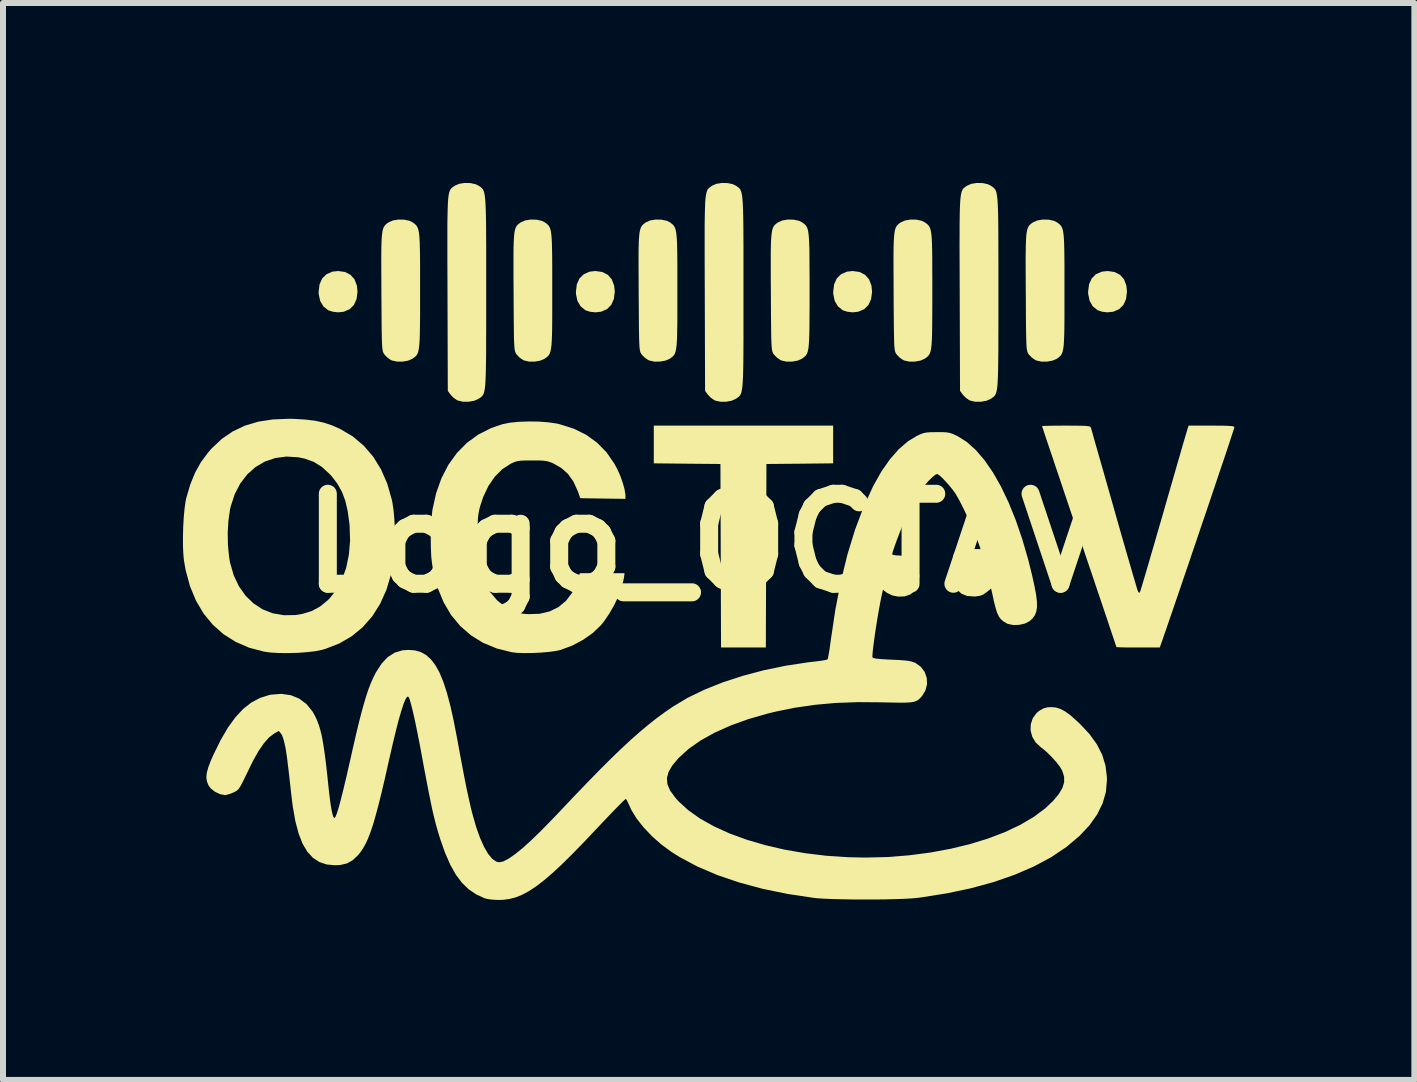
<source format=kicad_pcb>
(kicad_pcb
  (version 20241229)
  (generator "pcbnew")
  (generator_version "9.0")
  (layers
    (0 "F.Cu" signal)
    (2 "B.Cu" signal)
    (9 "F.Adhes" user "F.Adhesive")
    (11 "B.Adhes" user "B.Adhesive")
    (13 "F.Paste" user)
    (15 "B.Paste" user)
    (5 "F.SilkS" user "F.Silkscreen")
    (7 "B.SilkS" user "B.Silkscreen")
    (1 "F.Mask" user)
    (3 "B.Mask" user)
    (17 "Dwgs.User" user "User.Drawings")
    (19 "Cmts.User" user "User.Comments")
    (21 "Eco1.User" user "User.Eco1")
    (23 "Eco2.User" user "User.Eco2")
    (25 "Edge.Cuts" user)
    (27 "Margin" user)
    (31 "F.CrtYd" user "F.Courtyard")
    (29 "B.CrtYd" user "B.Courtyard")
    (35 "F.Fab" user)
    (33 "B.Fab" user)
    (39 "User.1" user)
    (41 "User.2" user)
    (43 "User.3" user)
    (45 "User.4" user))
  (footprint "Logo_OCTAV"
    (layer "F.Cu")
    (at 8.665 6.003)
    (property "Reference" "Logo_OCTAV" (at 0 0 0) (layer "F.SilkS") (effects (font (size 1.5 1.5) (thickness 0.3))))
    (attr board_only exclude_from_pos_files exclude_from_bom)
    (fp_poly (pts (xy 2.174 -1.643) (xy 2.174 -1.329) (xy 1.618 -1.323) (xy 1.062 -1.318) (xy 1.057 0.212) (xy 1.052 1.741) (xy 0.679 1.741) (xy 0.305 1.741) (xy 0.3 0.212) (xy 0.295 -1.318) (xy -0.261 -1.323) (xy -0.816 -1.329) (xy -0.816 -1.643) (xy -0.816 -1.958) (xy 0.679 -1.958) (xy 2.174 -1.958)) (stroke (width 0) (type solid)) (fill yes) (layer "F.SilkS"))
    (fp_poly (pts (xy -5.964 -4.519) (xy -5.872 -4.472) (xy -5.805 -4.396) (xy -5.766 -4.293) (xy -5.755 -4.191) (xy -5.771 -4.068) (xy -5.815 -3.97) (xy -5.886 -3.899) (xy -5.983 -3.857) (xy -6.079 -3.846) (xy -6.166 -3.856) (xy -6.242 -3.88) (xy -6.247 -3.883) (xy -6.325 -3.946) (xy -6.378 -4.037) (xy -6.402 -4.151) (xy -6.403 -4.191) (xy -6.388 -4.313) (xy -6.344 -4.411) (xy -6.272 -4.482) (xy -6.176 -4.524) (xy -6.079 -4.535)) (stroke (width 0) (type solid)) (fill yes) (layer "F.SilkS"))
    (fp_poly (pts (xy -1.675 -4.519) (xy -1.583 -4.472) (xy -1.516 -4.396) (xy -1.477 -4.293) (xy -1.466 -4.191) (xy -1.482 -4.068) (xy -1.526 -3.97) (xy -1.597 -3.899) (xy -1.694 -3.857) (xy -1.79 -3.846) (xy -1.877 -3.856) (xy -1.953 -3.88) (xy -1.958 -3.883) (xy -2.036 -3.946) (xy -2.089 -4.037) (xy -2.113 -4.151) (xy -2.114 -4.191) (xy -2.099 -4.313) (xy -2.055 -4.411) (xy -1.983 -4.482) (xy -1.887 -4.524) (xy -1.79 -4.535)) (stroke (width 0) (type solid)) (fill yes) (layer "F.SilkS"))
    (fp_poly (pts (xy 2.614 -4.519) (xy 2.706 -4.472) (xy 2.773 -4.396) (xy 2.812 -4.293) (xy 2.823 -4.191) (xy 2.807 -4.068) (xy 2.763 -3.97) (xy 2.692 -3.899) (xy 2.595 -3.857) (xy 2.499 -3.846) (xy 2.412 -3.856) (xy 2.336 -3.88) (xy 2.331 -3.883) (xy 2.253 -3.946) (xy 2.2 -4.037) (xy 2.176 -4.151) (xy 2.175 -4.191) (xy 2.19 -4.313) (xy 2.234 -4.411) (xy 2.306 -4.482) (xy 2.402 -4.524) (xy 2.499 -4.535)) (stroke (width 0) (type solid)) (fill yes) (layer "F.SilkS"))
    (fp_poly (pts (xy 6.864 -4.519) (xy 6.956 -4.472) (xy 7.023 -4.396) (xy 7.062 -4.293) (xy 7.072 -4.191) (xy 7.057 -4.068) (xy 7.013 -3.97) (xy 6.941 -3.899) (xy 6.845 -3.857) (xy 6.748 -3.846) (xy 6.662 -3.856) (xy 6.586 -3.88) (xy 6.581 -3.883) (xy 6.502 -3.946) (xy 6.45 -4.037) (xy 6.426 -4.151) (xy 6.424 -4.191) (xy 6.44 -4.313) (xy 6.484 -4.411) (xy 6.555 -4.482) (xy 6.652 -4.524) (xy 6.748 -4.535)) (stroke (width 0) (type solid)) (fill yes) (layer "F.SilkS"))
    (fp_poly (pts (xy -4.976 -5.391) (xy -4.888 -5.372) (xy -4.837 -5.347) (xy -4.81 -5.327) (xy -4.787 -5.308) (xy -4.768 -5.285) (xy -4.752 -5.256) (xy -4.74 -5.218) (xy -4.73 -5.166) (xy -4.723 -5.098) (xy -4.718 -5.01) (xy -4.715 -4.899) (xy -4.713 -4.762) (xy -4.712 -4.594) (xy -4.712 -4.393) (xy -4.712 -4.21) (xy -4.712 -3.981) (xy -4.712 -3.788) (xy -4.714 -3.627) (xy -4.716 -3.495) (xy -4.719 -3.389) (xy -4.725 -3.306) (xy -4.732 -3.242) (xy -4.742 -3.194) (xy -4.755 -3.157) (xy -4.771 -3.13) (xy -4.791 -3.109) (xy -4.815 -3.09) (xy -4.837 -3.074) (xy -4.909 -3.042) (xy -5.002 -3.025) (xy -5.098 -3.025) (xy -5.182 -3.044) (xy -5.2 -3.052) (xy -5.257 -3.092) (xy -5.306 -3.143) (xy -5.308 -3.146) (xy -5.318 -3.16) (xy -5.326 -3.176) (xy -5.333 -3.196) (xy -5.338 -3.224) (xy -5.343 -3.263) (xy -5.346 -3.317) (xy -5.349 -3.39) (xy -5.351 -3.484) (xy -5.353 -3.603) (xy -5.354 -3.751) (xy -5.355 -3.93) (xy -5.357 -4.145) (xy -5.357 -4.187) (xy -5.358 -4.419) (xy -5.359 -4.615) (xy -5.359 -4.778) (xy -5.358 -4.912) (xy -5.355 -5.02) (xy -5.35 -5.105) (xy -5.343 -5.171) (xy -5.334 -5.221) (xy -5.321 -5.259) (xy -5.305 -5.287) (xy -5.286 -5.309) (xy -5.263 -5.328) (xy -5.236 -5.347) (xy -5.165 -5.378) (xy -5.073 -5.393)) (stroke (width 0) (type solid)) (fill yes) (layer "F.SilkS"))
    (fp_poly (pts (xy -2.772 -5.391) (xy -2.684 -5.372) (xy -2.634 -5.347) (xy -2.606 -5.327) (xy -2.583 -5.308) (xy -2.564 -5.285) (xy -2.549 -5.256) (xy -2.536 -5.218) (xy -2.527 -5.166) (xy -2.52 -5.098) (xy -2.515 -5.01) (xy -2.512 -4.899) (xy -2.51 -4.762) (xy -2.509 -4.594) (xy -2.509 -4.393) (xy -2.509 -4.21) (xy -2.509 -3.981) (xy -2.509 -3.788) (xy -2.51 -3.627) (xy -2.512 -3.495) (xy -2.516 -3.389) (xy -2.521 -3.306) (xy -2.529 -3.242) (xy -2.539 -3.194) (xy -2.552 -3.157) (xy -2.568 -3.13) (xy -2.588 -3.109) (xy -2.612 -3.09) (xy -2.633 -3.074) (xy -2.705 -3.042) (xy -2.798 -3.025) (xy -2.894 -3.025) (xy -2.978 -3.044) (xy -2.996 -3.052) (xy -3.053 -3.092) (xy -3.102 -3.143) (xy -3.104 -3.146) (xy -3.114 -3.16) (xy -3.122 -3.176) (xy -3.129 -3.196) (xy -3.135 -3.224) (xy -3.139 -3.263) (xy -3.143 -3.317) (xy -3.146 -3.39) (xy -3.148 -3.484) (xy -3.149 -3.603) (xy -3.151 -3.751) (xy -3.152 -3.93) (xy -3.153 -4.145) (xy -3.153 -4.187) (xy -3.155 -4.419) (xy -3.155 -4.615) (xy -3.155 -4.778) (xy -3.154 -4.912) (xy -3.151 -5.02) (xy -3.146 -5.105) (xy -3.14 -5.171) (xy -3.13 -5.221) (xy -3.117 -5.259) (xy -3.102 -5.287) (xy -3.082 -5.309) (xy -3.059 -5.328) (xy -3.032 -5.347) (xy -2.961 -5.378) (xy -2.869 -5.393)) (stroke (width 0) (type solid)) (fill yes) (layer "F.SilkS"))
    (fp_poly (pts (xy -0.686 -5.391) (xy -0.599 -5.372) (xy -0.548 -5.347) (xy -0.521 -5.327) (xy -0.498 -5.308) (xy -0.479 -5.285) (xy -0.463 -5.256) (xy -0.451 -5.218) (xy -0.441 -5.166) (xy -0.434 -5.098) (xy -0.429 -5.01) (xy -0.426 -4.899) (xy -0.424 -4.762) (xy -0.423 -4.594) (xy -0.423 -4.393) (xy -0.423 -4.21) (xy -0.423 -3.981) (xy -0.423 -3.788) (xy -0.424 -3.627) (xy -0.427 -3.495) (xy -0.43 -3.389) (xy -0.435 -3.306) (xy -0.443 -3.242) (xy -0.453 -3.194) (xy -0.466 -3.157) (xy -0.482 -3.13) (xy -0.502 -3.109) (xy -0.526 -3.09) (xy -0.548 -3.074) (xy -0.62 -3.042) (xy -0.712 -3.025) (xy -0.809 -3.025) (xy -0.893 -3.044) (xy -0.911 -3.052) (xy -0.968 -3.092) (xy -1.017 -3.143) (xy -1.019 -3.146) (xy -1.029 -3.16) (xy -1.037 -3.176) (xy -1.044 -3.196) (xy -1.049 -3.224) (xy -1.054 -3.263) (xy -1.057 -3.317) (xy -1.06 -3.39) (xy -1.062 -3.484) (xy -1.064 -3.603) (xy -1.065 -3.751) (xy -1.066 -3.93) (xy -1.068 -4.145) (xy -1.068 -4.187) (xy -1.069 -4.419) (xy -1.07 -4.615) (xy -1.07 -4.778) (xy -1.069 -4.912) (xy -1.066 -5.02) (xy -1.061 -5.105) (xy -1.054 -5.171) (xy -1.044 -5.221) (xy -1.032 -5.259) (xy -1.016 -5.287) (xy -0.997 -5.309) (xy -0.973 -5.328) (xy -0.947 -5.347) (xy -0.876 -5.378) (xy -0.784 -5.393)) (stroke (width 0) (type solid)) (fill yes) (layer "F.SilkS"))
    (fp_poly (pts (xy 1.517 -5.391) (xy 1.605 -5.372) (xy 1.655 -5.347) (xy 1.683 -5.327) (xy 1.706 -5.308) (xy 1.725 -5.285) (xy 1.741 -5.256) (xy 1.753 -5.218) (xy 1.762 -5.166) (xy 1.769 -5.098) (xy 1.774 -5.01) (xy 1.778 -4.899) (xy 1.779 -4.762) (xy 1.78 -4.594) (xy 1.781 -4.393) (xy 1.781 -4.21) (xy 1.781 -3.981) (xy 1.78 -3.788) (xy 1.779 -3.627) (xy 1.777 -3.495) (xy 1.773 -3.389) (xy 1.768 -3.306) (xy 1.761 -3.242) (xy 1.75 -3.194) (xy 1.738 -3.157) (xy 1.721 -3.13) (xy 1.701 -3.109) (xy 1.677 -3.09) (xy 1.656 -3.074) (xy 1.584 -3.042) (xy 1.491 -3.025) (xy 1.395 -3.025) (xy 1.311 -3.044) (xy 1.293 -3.052) (xy 1.236 -3.092) (xy 1.187 -3.143) (xy 1.185 -3.146) (xy 1.175 -3.16) (xy 1.167 -3.176) (xy 1.16 -3.196) (xy 1.154 -3.224) (xy 1.15 -3.263) (xy 1.146 -3.317) (xy 1.143 -3.39) (xy 1.141 -3.484) (xy 1.14 -3.603) (xy 1.138 -3.751) (xy 1.137 -3.93) (xy 1.136 -4.145) (xy 1.136 -4.187) (xy 1.134 -4.419) (xy 1.134 -4.615) (xy 1.134 -4.778) (xy 1.135 -4.912) (xy 1.138 -5.02) (xy 1.143 -5.105) (xy 1.15 -5.171) (xy 1.159 -5.221) (xy 1.172 -5.259) (xy 1.187 -5.287) (xy 1.207 -5.309) (xy 1.23 -5.328) (xy 1.257 -5.347) (xy 1.328 -5.378) (xy 1.42 -5.393)) (stroke (width 0) (type solid)) (fill yes) (layer "F.SilkS"))
    (fp_poly (pts (xy 3.563 -5.391) (xy 3.651 -5.372) (xy 3.701 -5.347) (xy 3.729 -5.327) (xy 3.752 -5.308) (xy 3.771 -5.285) (xy 3.787 -5.256) (xy 3.799 -5.218) (xy 3.809 -5.166) (xy 3.816 -5.098) (xy 3.821 -5.01) (xy 3.824 -4.899) (xy 3.826 -4.762) (xy 3.826 -4.594) (xy 3.827 -4.393) (xy 3.827 -4.21) (xy 3.827 -3.981) (xy 3.826 -3.788) (xy 3.825 -3.627) (xy 3.823 -3.495) (xy 3.82 -3.389) (xy 3.814 -3.306) (xy 3.807 -3.242) (xy 3.797 -3.194) (xy 3.784 -3.157) (xy 3.767 -3.13) (xy 3.748 -3.109) (xy 3.724 -3.09) (xy 3.702 -3.074) (xy 3.63 -3.042) (xy 3.537 -3.025) (xy 3.441 -3.025) (xy 3.357 -3.044) (xy 3.339 -3.052) (xy 3.282 -3.092) (xy 3.233 -3.143) (xy 3.231 -3.146) (xy 3.221 -3.16) (xy 3.213 -3.176) (xy 3.206 -3.196) (xy 3.2 -3.224) (xy 3.196 -3.263) (xy 3.192 -3.317) (xy 3.19 -3.39) (xy 3.188 -3.484) (xy 3.186 -3.603) (xy 3.185 -3.751) (xy 3.183 -3.93) (xy 3.182 -4.145) (xy 3.182 -4.187) (xy 3.181 -4.419) (xy 3.18 -4.615) (xy 3.18 -4.778) (xy 3.181 -4.912) (xy 3.184 -5.02) (xy 3.189 -5.105) (xy 3.196 -5.171) (xy 3.205 -5.221) (xy 3.218 -5.259) (xy 3.234 -5.287) (xy 3.253 -5.309) (xy 3.276 -5.328) (xy 3.303 -5.347) (xy 3.374 -5.378) (xy 3.466 -5.393)) (stroke (width 0) (type solid)) (fill yes) (layer "F.SilkS"))
    (fp_poly (pts (xy 5.767 -5.391) (xy 5.855 -5.372) (xy 5.905 -5.347) (xy 5.932 -5.327) (xy 5.955 -5.308) (xy 5.975 -5.285) (xy 5.99 -5.256) (xy 6.003 -5.218) (xy 6.012 -5.166) (xy 6.019 -5.098) (xy 6.024 -5.01) (xy 6.027 -4.899) (xy 6.029 -4.762) (xy 6.03 -4.594) (xy 6.03 -4.393) (xy 6.03 -4.21) (xy 6.03 -3.981) (xy 6.03 -3.788) (xy 6.029 -3.627) (xy 6.027 -3.495) (xy 6.023 -3.389) (xy 6.018 -3.306) (xy 6.01 -3.242) (xy 6 -3.194) (xy 5.987 -3.157) (xy 5.971 -3.13) (xy 5.951 -3.109) (xy 5.927 -3.09) (xy 5.906 -3.074) (xy 5.833 -3.042) (xy 5.741 -3.025) (xy 5.644 -3.025) (xy 5.56 -3.044) (xy 5.543 -3.052) (xy 5.486 -3.092) (xy 5.436 -3.143) (xy 5.435 -3.146) (xy 5.425 -3.16) (xy 5.416 -3.176) (xy 5.41 -3.196) (xy 5.404 -3.224) (xy 5.399 -3.263) (xy 5.396 -3.317) (xy 5.393 -3.39) (xy 5.391 -3.484) (xy 5.389 -3.603) (xy 5.388 -3.751) (xy 5.387 -3.93) (xy 5.386 -4.145) (xy 5.385 -4.187) (xy 5.384 -4.419) (xy 5.383 -4.615) (xy 5.383 -4.778) (xy 5.385 -4.912) (xy 5.388 -5.02) (xy 5.392 -5.105) (xy 5.399 -5.171) (xy 5.409 -5.221) (xy 5.421 -5.259) (xy 5.437 -5.287) (xy 5.456 -5.309) (xy 5.48 -5.328) (xy 5.506 -5.347) (xy 5.578 -5.378) (xy 5.669 -5.393)) (stroke (width 0) (type solid)) (fill yes) (layer "F.SilkS"))
    (fp_poly (pts (xy -3.874 -6.001) (xy -3.786 -5.982) (xy -3.736 -5.957) (xy -3.714 -5.942) (xy -3.694 -5.928) (xy -3.678 -5.912) (xy -3.663 -5.893) (xy -3.651 -5.867) (xy -3.641 -5.832) (xy -3.633 -5.786) (xy -3.626 -5.725) (xy -3.621 -5.647) (xy -3.617 -5.551) (xy -3.614 -5.432) (xy -3.612 -5.289) (xy -3.611 -5.119) (xy -3.61 -4.919) (xy -3.61 -4.687) (xy -3.61 -4.42) (xy -3.61 -4.181) (xy -3.61 -3.885) (xy -3.61 -3.625) (xy -3.611 -3.4) (xy -3.611 -3.206) (xy -3.613 -3.042) (xy -3.615 -2.904) (xy -3.618 -2.79) (xy -3.622 -2.697) (xy -3.627 -2.623) (xy -3.634 -2.566) (xy -3.643 -2.522) (xy -3.653 -2.489) (xy -3.666 -2.465) (xy -3.681 -2.446) (xy -3.698 -2.432) (xy -3.717 -2.418) (xy -3.735 -2.406) (xy -3.807 -2.373) (xy -3.9 -2.356) (xy -3.996 -2.356) (xy -4.08 -2.375) (xy -4.098 -2.383) (xy -4.155 -2.423) (xy -4.204 -2.474) (xy -4.206 -2.477) (xy -4.25 -2.538) (xy -4.255 -4.158) (xy -4.256 -4.456) (xy -4.257 -4.717) (xy -4.257 -4.945) (xy -4.257 -5.14) (xy -4.257 -5.307) (xy -4.255 -5.447) (xy -4.252 -5.562) (xy -4.249 -5.657) (xy -4.244 -5.732) (xy -4.237 -5.791) (xy -4.229 -5.836) (xy -4.218 -5.87) (xy -4.206 -5.895) (xy -4.191 -5.913) (xy -4.175 -5.928) (xy -4.155 -5.942) (xy -4.134 -5.957) (xy -4.063 -5.988) (xy -3.971 -6.003)) (stroke (width 0) (type solid)) (fill yes) (layer "F.SilkS"))
    (fp_poly (pts (xy 0.415 -6.001) (xy 0.503 -5.982) (xy 0.553 -5.957) (xy 0.575 -5.942) (xy 0.595 -5.928) (xy 0.611 -5.912) (xy 0.626 -5.893) (xy 0.638 -5.867) (xy 0.648 -5.832) (xy 0.656 -5.786) (xy 0.663 -5.725) (xy 0.668 -5.647) (xy 0.672 -5.551) (xy 0.675 -5.432) (xy 0.677 -5.289) (xy 0.678 -5.119) (xy 0.679 -4.919) (xy 0.679 -4.687) (xy 0.679 -4.42) (xy 0.679 -4.181) (xy 0.679 -3.885) (xy 0.679 -3.625) (xy 0.679 -3.4) (xy 0.678 -3.206) (xy 0.677 -3.042) (xy 0.675 -2.904) (xy 0.672 -2.79) (xy 0.667 -2.697) (xy 0.662 -2.623) (xy 0.655 -2.566) (xy 0.646 -2.522) (xy 0.636 -2.489) (xy 0.623 -2.465) (xy 0.609 -2.446) (xy 0.591 -2.432) (xy 0.572 -2.418) (xy 0.554 -2.406) (xy 0.482 -2.373) (xy 0.389 -2.356) (xy 0.293 -2.356) (xy 0.209 -2.375) (xy 0.191 -2.383) (xy 0.134 -2.423) (xy 0.085 -2.474) (xy 0.083 -2.477) (xy 0.039 -2.538) (xy 0.034 -4.158) (xy 0.033 -4.456) (xy 0.032 -4.717) (xy 0.032 -4.945) (xy 0.032 -5.14) (xy 0.032 -5.307) (xy 0.034 -5.447) (xy 0.037 -5.562) (xy 0.04 -5.657) (xy 0.045 -5.732) (xy 0.052 -5.791) (xy 0.061 -5.836) (xy 0.071 -5.87) (xy 0.083 -5.895) (xy 0.098 -5.913) (xy 0.115 -5.928) (xy 0.134 -5.942) (xy 0.155 -5.957) (xy 0.226 -5.988) (xy 0.318 -6.003)) (stroke (width 0) (type solid)) (fill yes) (layer "F.SilkS"))
    (fp_poly (pts (xy 4.665 -6.001) (xy 4.753 -5.982) (xy 4.803 -5.957) (xy 4.825 -5.942) (xy 4.844 -5.928) (xy 4.861 -5.912) (xy 4.876 -5.893) (xy 4.888 -5.867) (xy 4.898 -5.832) (xy 4.906 -5.786) (xy 4.913 -5.725) (xy 4.918 -5.647) (xy 4.922 -5.551) (xy 4.925 -5.432) (xy 4.927 -5.289) (xy 4.928 -5.119) (xy 4.928 -4.919) (xy 4.929 -4.687) (xy 4.929 -4.42) (xy 4.929 -4.181) (xy 4.929 -3.885) (xy 4.929 -3.625) (xy 4.928 -3.4) (xy 4.928 -3.206) (xy 4.926 -3.042) (xy 4.924 -2.904) (xy 4.921 -2.79) (xy 4.917 -2.697) (xy 4.912 -2.623) (xy 4.905 -2.566) (xy 4.896 -2.522) (xy 4.886 -2.489) (xy 4.873 -2.465) (xy 4.858 -2.446) (xy 4.841 -2.432) (xy 4.821 -2.418) (xy 4.804 -2.406) (xy 4.732 -2.373) (xy 4.639 -2.356) (xy 4.543 -2.356) (xy 4.459 -2.375) (xy 4.441 -2.383) (xy 4.384 -2.423) (xy 4.335 -2.474) (xy 4.333 -2.477) (xy 4.289 -2.538) (xy 4.284 -4.158) (xy 4.283 -4.456) (xy 4.282 -4.717) (xy 4.281 -4.945) (xy 4.282 -5.14) (xy 4.282 -5.307) (xy 4.284 -5.447) (xy 4.286 -5.562) (xy 4.29 -5.657) (xy 4.295 -5.732) (xy 4.302 -5.791) (xy 4.31 -5.836) (xy 4.321 -5.87) (xy 4.333 -5.895) (xy 4.347 -5.913) (xy 4.364 -5.928) (xy 4.384 -5.942) (xy 4.405 -5.957) (xy 4.476 -5.988) (xy 4.568 -6.003)) (stroke (width 0) (type solid)) (fill yes) (layer "F.SilkS"))
    (fp_poly (pts (xy -6.807 -2.07) (xy -6.617 -2.058) (xy -6.455 -2.038) (xy -6.312 -2.006) (xy -6.176 -1.961) (xy -6.04 -1.9) (xy -5.832 -1.776) (xy -5.65 -1.622) (xy -5.493 -1.439) (xy -5.363 -1.228) (xy -5.259 -0.989) (xy -5.184 -0.725) (xy -5.174 -0.678) (xy -5.156 -0.56) (xy -5.142 -0.414) (xy -5.133 -0.254) (xy -5.13 -0.091) (xy -5.132 0.063) (xy -5.14 0.195) (xy -5.143 0.226) (xy -5.195 0.516) (xy -5.273 0.779) (xy -5.379 1.015) (xy -5.511 1.223) (xy -5.669 1.403) (xy -5.851 1.553) (xy -6.059 1.674) (xy -6.29 1.764) (xy -6.355 1.782) (xy -6.462 1.803) (xy -6.598 1.819) (xy -6.751 1.83) (xy -6.91 1.834) (xy -7.064 1.833) (xy -7.203 1.825) (xy -7.312 1.81) (xy -7.561 1.745) (xy -7.787 1.647) (xy -7.99 1.519) (xy -8.168 1.361) (xy -8.321 1.175) (xy -8.448 0.96) (xy -8.548 0.719) (xy -8.62 0.451) (xy -8.649 0.288) (xy -8.659 0.177) (xy -8.665 0.04) (xy -8.665 -0.113) (xy -8.663 -0.172) (xy -7.919 -0.172) (xy -7.915 0.036) (xy -7.896 0.233) (xy -7.88 0.325) (xy -7.82 0.535) (xy -7.733 0.719) (xy -7.622 0.877) (xy -7.489 1.006) (xy -7.337 1.105) (xy -7.168 1.171) (xy -6.985 1.203) (xy -6.789 1.2) (xy -6.674 1.181) (xy -6.52 1.134) (xy -6.382 1.06) (xy -6.251 0.953) (xy -6.223 0.926) (xy -6.108 0.782) (xy -6.014 0.61) (xy -5.944 0.412) (xy -5.899 0.194) (xy -5.879 -0.04) (xy -5.887 -0.287) (xy -5.89 -0.323) (xy -5.918 -0.528) (xy -5.958 -0.702) (xy -6.014 -0.853) (xy -6.089 -0.987) (xy -6.184 -1.112) (xy -6.222 -1.153) (xy -6.35 -1.27) (xy -6.486 -1.354) (xy -6.637 -1.408) (xy -6.743 -1.43) (xy -6.941 -1.442) (xy -7.127 -1.417) (xy -7.299 -1.359) (xy -7.456 -1.267) (xy -7.593 -1.145) (xy -7.709 -0.994) (xy -7.802 -0.816) (xy -7.868 -0.613) (xy -7.88 -0.561) (xy -7.907 -0.376) (xy -7.919 -0.172) (xy -8.663 -0.172) (xy -8.661 -0.271) (xy -8.652 -0.426) (xy -8.639 -0.568) (xy -8.623 -0.686) (xy -8.61 -0.749) (xy -8.543 -0.977) (xy -8.462 -1.175) (xy -8.364 -1.351) (xy -8.243 -1.513) (xy -8.185 -1.579) (xy -8.018 -1.736) (xy -7.835 -1.861) (xy -7.634 -1.957) (xy -7.412 -2.023) (xy -7.166 -2.061) (xy -6.893 -2.072)) (stroke (width 0) (type solid)) (fill yes) (layer "F.SilkS"))
    (fp_poly (pts (xy -2.736 -2.025) (xy -2.575 -2.013) (xy -2.433 -1.992) (xy -2.385 -1.981) (xy -2.148 -1.906) (xy -1.94 -1.803) (xy -1.76 -1.672) (xy -1.604 -1.513) (xy -1.473 -1.323) (xy -1.418 -1.22) (xy -1.372 -1.114) (xy -1.333 -1.003) (xy -1.304 -0.898) (xy -1.29 -0.811) (xy -1.289 -0.789) (xy -1.289 -0.737) (xy -1.665 -0.742) (xy -2.041 -0.748) (xy -2.084 -0.867) (xy -2.156 -1.025) (xy -2.246 -1.152) (xy -2.36 -1.253) (xy -2.486 -1.325) (xy -2.537 -1.347) (xy -2.583 -1.362) (xy -2.634 -1.371) (xy -2.701 -1.376) (xy -2.793 -1.377) (xy -2.843 -1.377) (xy -2.948 -1.377) (xy -3.023 -1.374) (xy -3.079 -1.367) (xy -3.125 -1.356) (xy -3.17 -1.337) (xy -3.2 -1.323) (xy -3.341 -1.232) (xy -3.466 -1.107) (xy -3.573 -0.952) (xy -3.66 -0.768) (xy -3.712 -0.61) (xy -3.728 -0.547) (xy -3.739 -0.487) (xy -3.747 -0.42) (xy -3.751 -0.339) (xy -3.754 -0.236) (xy -3.755 -0.103) (xy -3.755 -0.079) (xy -3.754 0.06) (xy -3.752 0.167) (xy -3.748 0.251) (xy -3.74 0.319) (xy -3.73 0.379) (xy -3.715 0.44) (xy -3.713 0.449) (xy -3.642 0.645) (xy -3.545 0.816) (xy -3.424 0.959) (xy -3.281 1.071) (xy -3.206 1.114) (xy -3.13 1.147) (xy -3.06 1.168) (xy -2.978 1.18) (xy -2.906 1.185) (xy -2.72 1.179) (xy -2.551 1.139) (xy -2.403 1.066) (xy -2.278 0.961) (xy -2.176 0.826) (xy -2.1 0.662) (xy -2.092 0.638) (xy -2.048 0.502) (xy -1.676 0.502) (xy -1.303 0.502) (xy -1.315 0.587) (xy -1.345 0.72) (xy -1.399 0.87) (xy -1.472 1.026) (xy -1.558 1.177) (xy -1.652 1.314) (xy -1.702 1.374) (xy -1.834 1.5) (xy -1.995 1.613) (xy -2.175 1.709) (xy -2.366 1.78) (xy -2.374 1.782) (xy -2.462 1.801) (xy -2.578 1.816) (xy -2.71 1.827) (xy -2.849 1.833) (xy -2.983 1.834) (xy -3.1 1.83) (xy -3.184 1.82) (xy -3.435 1.757) (xy -3.662 1.663) (xy -3.864 1.538) (xy -4.042 1.384) (xy -4.194 1.201) (xy -4.319 0.989) (xy -4.418 0.75) (xy -4.489 0.485) (xy -4.514 0.334) (xy -4.526 0.222) (xy -4.532 0.082) (xy -4.534 -0.072) (xy -4.531 -0.229) (xy -4.524 -0.378) (xy -4.512 -0.505) (xy -4.506 -0.554) (xy -4.445 -0.83) (xy -4.356 -1.08) (xy -4.24 -1.305) (xy -4.098 -1.502) (xy -3.931 -1.671) (xy -3.739 -1.81) (xy -3.525 -1.918) (xy -3.34 -1.981) (xy -3.218 -2.006) (xy -3.069 -2.021) (xy -2.904 -2.027)) (stroke (width 0) (type solid)) (fill yes) (layer "F.SilkS"))
    (fp_poly (pts (xy 8.617 -1.957) (xy 8.717 -1.956) (xy 8.788 -1.952) (xy 8.832 -1.948) (xy 8.856 -1.941) (xy 8.863 -1.931) (xy 8.863 -1.931) (xy 8.857 -1.909) (xy 8.839 -1.854) (xy 8.811 -1.768) (xy 8.773 -1.653) (xy 8.727 -1.514) (xy 8.673 -1.353) (xy 8.612 -1.174) (xy 8.547 -0.979) (xy 8.477 -0.772) (xy 8.404 -0.555) (xy 8.328 -0.333) (xy 8.252 -0.107) (xy 8.175 0.119) (xy 8.1 0.341) (xy 8.026 0.557) (xy 7.956 0.764) (xy 7.889 0.959) (xy 7.828 1.137) (xy 7.773 1.297) (xy 7.726 1.435) (xy 7.686 1.549) (xy 7.683 1.559) (xy 7.619 1.741) (xy 7.257 1.741) (xy 7.143 1.741) (xy 7.044 1.74) (xy 6.965 1.738) (xy 6.914 1.736) (xy 6.896 1.734) (xy 6.89 1.715) (xy 6.872 1.661) (xy 6.843 1.574) (xy 6.804 1.459) (xy 6.756 1.315) (xy 6.7 1.148) (xy 6.636 0.958) (xy 6.565 0.749) (xy 6.489 0.522) (xy 6.407 0.281) (xy 6.322 0.028) (xy 6.276 -0.107) (xy 6.189 -0.365) (xy 6.105 -0.613) (xy 6.026 -0.847) (xy 5.953 -1.066) (xy 5.885 -1.266) (xy 5.825 -1.446) (xy 5.772 -1.602) (xy 5.728 -1.733) (xy 5.694 -1.835) (xy 5.671 -1.906) (xy 5.658 -1.944) (xy 5.656 -1.949) (xy 5.675 -1.952) (xy 5.727 -1.954) (xy 5.807 -1.956) (xy 5.909 -1.957) (xy 6.027 -1.958) (xy 6.058 -1.958) (xy 6.195 -1.957) (xy 6.297 -1.956) (xy 6.369 -1.954) (xy 6.418 -1.95) (xy 6.448 -1.944) (xy 6.463 -1.936) (xy 6.47 -1.924) (xy 6.471 -1.923) (xy 6.478 -1.899) (xy 6.495 -1.84) (xy 6.52 -1.749) (xy 6.554 -1.63) (xy 6.595 -1.486) (xy 6.643 -1.32) (xy 6.696 -1.134) (xy 6.753 -0.933) (xy 6.814 -0.719) (xy 6.856 -0.571) (xy 6.919 -0.349) (xy 6.979 -0.138) (xy 7.036 0.059) (xy 7.088 0.24) (xy 7.135 0.401) (xy 7.175 0.539) (xy 7.208 0.651) (xy 7.232 0.733) (xy 7.247 0.783) (xy 7.252 0.796) (xy 7.27 0.828) (xy 7.284 0.825) (xy 7.289 0.816) (xy 7.297 0.793) (xy 7.315 0.735) (xy 7.342 0.645) (xy 7.377 0.527) (xy 7.419 0.384) (xy 7.467 0.218) (xy 7.521 0.034) (xy 7.579 -0.167) (xy 7.641 -0.38) (xy 7.682 -0.521) (xy 7.745 -0.742) (xy 7.806 -0.953) (xy 7.863 -1.151) (xy 7.915 -1.332) (xy 7.962 -1.494) (xy 8.002 -1.633) (xy 8.035 -1.746) (xy 8.06 -1.829) (xy 8.075 -1.88) (xy 8.079 -1.894) (xy 8.099 -1.958) (xy 8.481 -1.958)) (stroke (width 0) (type solid)) (fill yes) (layer "F.SilkS"))
    (fp_poly (pts (xy 4 -1.849) (xy 4.068 -1.845) (xy 4.121 -1.835) (xy 4.172 -1.818) (xy 4.232 -1.79) (xy 4.25 -1.781) (xy 4.402 -1.685) (xy 4.552 -1.551) (xy 4.697 -1.382) (xy 4.837 -1.179) (xy 4.971 -0.944) (xy 5.098 -0.678) (xy 5.217 -0.385) (xy 5.327 -0.064) (xy 5.427 0.281) (xy 5.489 0.531) (xy 5.529 0.711) (xy 5.557 0.858) (xy 5.571 0.976) (xy 5.572 1.071) (xy 5.559 1.148) (xy 5.533 1.209) (xy 5.493 1.262) (xy 5.445 1.304) (xy 5.368 1.343) (xy 5.272 1.364) (xy 5.174 1.366) (xy 5.087 1.348) (xy 5.07 1.34) (xy 5.014 1.307) (xy 4.971 1.271) (xy 4.936 1.223) (xy 4.906 1.159) (xy 4.879 1.071) (xy 4.85 0.954) (xy 4.839 0.9) (xy 4.807 0.758) (xy 4.729 0.821) (xy 4.675 0.859) (xy 4.622 0.879) (xy 4.552 0.889) (xy 4.529 0.891) (xy 4.408 0.882) (xy 4.312 0.844) (xy 4.241 0.775) (xy 4.197 0.679) (xy 4.182 0.556) (xy 4.182 0.551) (xy 4.196 0.427) (xy 4.239 0.329) (xy 4.309 0.26) (xy 4.404 0.22) (xy 4.524 0.211) (xy 4.53 0.211) (xy 4.603 0.213) (xy 4.643 0.207) (xy 4.653 0.194) (xy 4.645 0.146) (xy 4.621 0.068) (xy 4.585 -0.031) (xy 4.539 -0.147) (xy 4.486 -0.272) (xy 4.429 -0.401) (xy 4.37 -0.527) (xy 4.313 -0.644) (xy 4.259 -0.745) (xy 4.212 -0.825) (xy 4.167 -0.888) (xy 4.111 -0.957) (xy 4.051 -1.025) (xy 3.994 -1.085) (xy 3.945 -1.129) (xy 3.912 -1.15) (xy 3.906 -1.151) (xy 3.873 -1.136) (xy 3.824 -1.095) (xy 3.764 -1.036) (xy 3.701 -0.964) (xy 3.64 -0.886) (xy 3.605 -0.836) (xy 3.551 -0.747) (xy 3.491 -0.642) (xy 3.437 -0.538) (xy 3.424 -0.511) (xy 3.392 -0.44) (xy 3.354 -0.351) (xy 3.313 -0.25) (xy 3.272 -0.145) (xy 3.233 -0.043) (xy 3.2 0.049) (xy 3.175 0.123) (xy 3.16 0.172) (xy 3.158 0.187) (xy 3.176 0.198) (xy 3.223 0.205) (xy 3.271 0.207) (xy 3.393 0.222) (xy 3.488 0.266) (xy 3.557 0.339) (xy 3.598 0.44) (xy 3.61 0.551) (xy 3.594 0.672) (xy 3.55 0.771) (xy 3.478 0.844) (xy 3.453 0.86) (xy 3.365 0.889) (xy 3.262 0.893) (xy 3.161 0.874) (xy 3.077 0.833) (xy 3.073 0.831) (xy 3.004 0.778) (xy 2.982 0.877) (xy 2.96 0.986) (xy 2.937 1.11) (xy 2.914 1.243) (xy 2.892 1.379) (xy 2.872 1.511) (xy 2.855 1.634) (xy 2.841 1.741) (xy 2.832 1.827) (xy 2.828 1.885) (xy 2.83 1.907) (xy 2.849 1.918) (xy 2.898 1.927) (xy 2.98 1.935) (xy 3.097 1.942) (xy 3.149 1.944) (xy 3.274 1.95) (xy 3.367 1.957) (xy 3.436 1.965) (xy 3.488 1.977) (xy 3.53 1.992) (xy 3.545 1.998) (xy 3.636 2.063) (xy 3.7 2.149) (xy 3.735 2.249) (xy 3.739 2.355) (xy 3.711 2.46) (xy 3.657 2.548) (xy 3.626 2.583) (xy 3.596 2.611) (xy 3.563 2.631) (xy 3.521 2.646) (xy 3.466 2.655) (xy 3.391 2.66) (xy 3.293 2.661) (xy 3.167 2.659) (xy 3.006 2.656) (xy 2.984 2.655) (xy 2.588 2.652) (xy 2.221 2.665) (xy 1.875 2.696) (xy 1.542 2.744) (xy 1.215 2.81) (xy 1.083 2.842) (xy 0.76 2.935) (xy 0.464 3.042) (xy 0.198 3.161) (xy -0.037 3.292) (xy -0.238 3.433) (xy -0.402 3.583) (xy -0.406 3.587) (xy -0.506 3.706) (xy -0.57 3.815) (xy -0.597 3.918) (xy -0.589 4.02) (xy -0.544 4.126) (xy -0.462 4.239) (xy -0.406 4.303) (xy -0.242 4.453) (xy -0.043 4.594) (xy 0.188 4.723) (xy 0.447 4.841) (xy 0.732 4.945) (xy 1.039 5.035) (xy 1.365 5.111) (xy 1.706 5.17) (xy 2.06 5.213) (xy 2.423 5.237) (xy 2.715 5.243) (xy 3.083 5.234) (xy 3.445 5.205) (xy 3.796 5.159) (xy 4.135 5.096) (xy 4.457 5.018) (xy 4.759 4.925) (xy 5.039 4.818) (xy 5.293 4.698) (xy 5.517 4.566) (xy 5.709 4.423) (xy 5.836 4.303) (xy 5.933 4.188) (xy 5.995 4.085) (xy 6.025 3.988) (xy 6.024 3.893) (xy 5.993 3.795) (xy 5.991 3.791) (xy 5.953 3.728) (xy 5.893 3.65) (xy 5.818 3.567) (xy 5.739 3.488) (xy 5.663 3.423) (xy 5.635 3.403) (xy 5.548 3.322) (xy 5.492 3.226) (xy 5.465 3.122) (xy 5.469 3.017) (xy 5.503 2.917) (xy 5.568 2.831) (xy 5.618 2.791) (xy 5.683 2.755) (xy 5.749 2.738) (xy 5.812 2.735) (xy 5.89 2.742) (xy 5.965 2.766) (xy 6.045 2.809) (xy 6.134 2.875) (xy 6.239 2.968) (xy 6.281 3.007) (xy 6.444 3.18) (xy 6.569 3.353) (xy 6.659 3.529) (xy 6.714 3.71) (xy 6.737 3.901) (xy 6.738 3.951) (xy 6.721 4.148) (xy 6.667 4.337) (xy 6.577 4.521) (xy 6.45 4.701) (xy 6.284 4.879) (xy 6.282 4.881) (xy 6.063 5.066) (xy 5.81 5.236) (xy 5.523 5.39) (xy 5.203 5.528) (xy 4.853 5.65) (xy 4.474 5.754) (xy 4.067 5.84) (xy 3.634 5.908) (xy 3.571 5.916) (xy 3.48 5.924) (xy 3.357 5.931) (xy 3.207 5.936) (xy 3.039 5.94) (xy 2.859 5.942) (xy 2.674 5.942) (xy 2.49 5.941) (xy 2.314 5.938) (xy 2.154 5.934) (xy 2.015 5.928) (xy 1.905 5.921) (xy 1.859 5.916) (xy 1.417 5.85) (xy 0.999 5.764) (xy 0.609 5.659) (xy 0.247 5.536) (xy -0.084 5.395) (xy -0.381 5.237) (xy -0.521 5.149) (xy -0.688 5.026) (xy -0.844 4.889) (xy -0.983 4.743) (xy -1.1 4.596) (xy -1.188 4.453) (xy -1.221 4.381) (xy -1.248 4.322) (xy -1.27 4.279) (xy -1.283 4.265) (xy -1.299 4.277) (xy -1.34 4.316) (xy -1.4 4.376) (xy -1.478 4.456) (xy -1.57 4.552) (xy -1.674 4.661) (xy -1.771 4.764) (xy -1.986 4.991) (xy -2.179 5.189) (xy -2.353 5.36) (xy -2.509 5.505) (xy -2.651 5.626) (xy -2.78 5.725) (xy -2.899 5.803) (xy -3.011 5.863) (xy -3.117 5.906) (xy -3.221 5.933) (xy -3.324 5.947) (xy -3.404 5.95) (xy -3.489 5.946) (xy -3.569 5.937) (xy -3.627 5.924) (xy -3.632 5.923) (xy -3.775 5.858) (xy -3.901 5.773) (xy -4.014 5.664) (xy -4.115 5.529) (xy -4.208 5.364) (xy -4.295 5.165) (xy -4.368 4.958) (xy -4.399 4.862) (xy -4.427 4.767) (xy -4.454 4.67) (xy -4.48 4.564) (xy -4.508 4.446) (xy -4.536 4.311) (xy -4.568 4.154) (xy -4.603 3.971) (xy -4.644 3.757) (xy -4.673 3.599) (xy -4.719 3.351) (xy -4.762 3.134) (xy -4.8 2.95) (xy -4.834 2.8) (xy -4.863 2.685) (xy -4.886 2.606) (xy -4.905 2.564) (xy -4.908 2.561) (xy -4.928 2.563) (xy -4.955 2.603) (xy -4.987 2.681) (xy -5.024 2.795) (xy -5.068 2.945) (xy -5.116 3.131) (xy -5.169 3.352) (xy -5.227 3.606) (xy -5.233 3.63) (xy -5.295 3.907) (xy -5.351 4.148) (xy -5.403 4.357) (xy -5.451 4.536) (xy -5.495 4.689) (xy -5.538 4.817) (xy -5.58 4.926) (xy -5.622 5.017) (xy -5.665 5.093) (xy -5.71 5.158) (xy -5.749 5.206) (xy -5.838 5.289) (xy -5.93 5.34) (xy -6.038 5.366) (xy -6.129 5.371) (xy -6.269 5.358) (xy -6.392 5.317) (xy -6.5 5.246) (xy -6.592 5.145) (xy -6.671 5.012) (xy -6.736 4.845) (xy -6.79 4.643) (xy -6.832 4.405) (xy -6.846 4.301) (xy -6.86 4.182) (xy -6.876 4.041) (xy -6.892 3.896) (xy -6.907 3.768) (xy -6.931 3.57) (xy -6.956 3.412) (xy -6.983 3.291) (xy -7.011 3.209) (xy -7.032 3.175) (xy -7.067 3.132) (xy -7.15 3.179) (xy -7.231 3.241) (xy -7.317 3.339) (xy -7.406 3.468) (xy -7.495 3.627) (xy -7.536 3.709) (xy -7.598 3.838) (xy -7.646 3.936) (xy -7.682 4.008) (xy -7.711 4.06) (xy -7.734 4.094) (xy -7.755 4.118) (xy -7.778 4.134) (xy -7.804 4.148) (xy -7.82 4.156) (xy -7.885 4.183) (xy -7.947 4.199) (xy -7.968 4.201) (xy -8.049 4.185) (xy -8.131 4.146) (xy -8.201 4.091) (xy -8.237 4.043) (xy -8.264 3.978) (xy -8.275 3.909) (xy -8.268 3.831) (xy -8.242 3.737) (xy -8.198 3.621) (xy -8.157 3.529) (xy -8.036 3.283) (xy -7.915 3.076) (xy -7.79 2.904) (xy -7.661 2.765) (xy -7.526 2.659) (xy -7.383 2.583) (xy -7.23 2.534) (xy -7.195 2.527) (xy -7.024 2.514) (xy -6.867 2.536) (xy -6.727 2.593) (xy -6.606 2.684) (xy -6.505 2.808) (xy -6.465 2.879) (xy -6.43 2.954) (xy -6.4 3.034) (xy -6.373 3.124) (xy -6.348 3.228) (xy -6.326 3.352) (xy -6.304 3.499) (xy -6.281 3.674) (xy -6.258 3.881) (xy -6.246 3.997) (xy -6.226 4.183) (xy -6.207 4.331) (xy -6.189 4.444) (xy -6.172 4.522) (xy -6.156 4.569) (xy -6.139 4.584) (xy -6.139 4.584) (xy -6.123 4.565) (xy -6.1 4.508) (xy -6.07 4.414) (xy -6.035 4.283) (xy -5.993 4.117) (xy -5.945 3.917) (xy -5.892 3.683) (xy -5.891 3.68) (xy -5.831 3.414) (xy -5.778 3.184) (xy -5.73 2.984) (xy -5.686 2.813) (xy -5.645 2.666) (xy -5.607 2.54) (xy -5.57 2.43) (xy -5.533 2.335) (xy -5.495 2.249) (xy -5.455 2.17) (xy -5.447 2.154) (xy -5.353 2.009) (xy -5.25 1.9) (xy -5.135 1.827) (xy -5.006 1.788) (xy -4.908 1.781) (xy -4.799 1.789) (xy -4.701 1.817) (xy -4.612 1.866) (xy -4.531 1.939) (xy -4.457 2.036) (xy -4.388 2.16) (xy -4.324 2.314) (xy -4.264 2.499) (xy -4.206 2.718) (xy -4.15 2.971) (xy -4.094 3.262) (xy -4.093 3.266) (xy -4.048 3.513) (xy -4.008 3.726) (xy -3.973 3.909) (xy -3.942 4.066) (xy -3.913 4.203) (xy -3.886 4.323) (xy -3.861 4.431) (xy -3.837 4.526) (xy -3.777 4.734) (xy -3.713 4.914) (xy -3.646 5.064) (xy -3.578 5.181) (xy -3.509 5.264) (xy -3.441 5.311) (xy -3.393 5.322) (xy -3.326 5.308) (xy -3.24 5.264) (xy -3.134 5.191) (xy -3.006 5.088) (xy -2.858 4.954) (xy -2.688 4.789) (xy -2.496 4.592) (xy -2.386 4.477) (xy -2.139 4.216) (xy -1.915 3.983) (xy -1.712 3.775) (xy -1.526 3.59) (xy -1.355 3.425) (xy -1.197 3.278) (xy -1.048 3.147) (xy -0.907 3.029) (xy -0.77 2.921) (xy -0.635 2.822) (xy -0.5 2.729) (xy -0.496 2.726) (xy -0.252 2.58) (xy 0.027 2.445) (xy 0.334 2.322) (xy 0.665 2.214) (xy 1.016 2.121) (xy 1.382 2.045) (xy 1.757 1.988) (xy 1.859 1.976) (xy 1.946 1.966) (xy 2.017 1.955) (xy 2.065 1.945) (xy 2.08 1.94) (xy 2.088 1.917) (xy 2.098 1.862) (xy 2.112 1.782) (xy 2.126 1.683) (xy 2.134 1.623) (xy 2.211 1.109) (xy 2.304 0.631) (xy 2.413 0.188) (xy 2.539 -0.223) (xy 2.681 -0.6) (xy 2.84 -0.947) (xy 2.845 -0.956) (xy 2.978 -1.193) (xy 3.12 -1.396) (xy 3.268 -1.565) (xy 3.422 -1.697) (xy 3.565 -1.784) (xy 3.628 -1.814) (xy 3.68 -1.833) (xy 3.732 -1.843) (xy 3.797 -1.848) (xy 3.887 -1.849) (xy 3.905 -1.849)) (stroke (width 0) (type solid)) (fill yes) (layer "F.SilkS")))
  (gr_rect
    (start -3 -3)
    (end 20.528 14.953)
    (stroke (width 0.1) (type default))
    (fill no)
    (layer "Edge.Cuts")))
</source>
